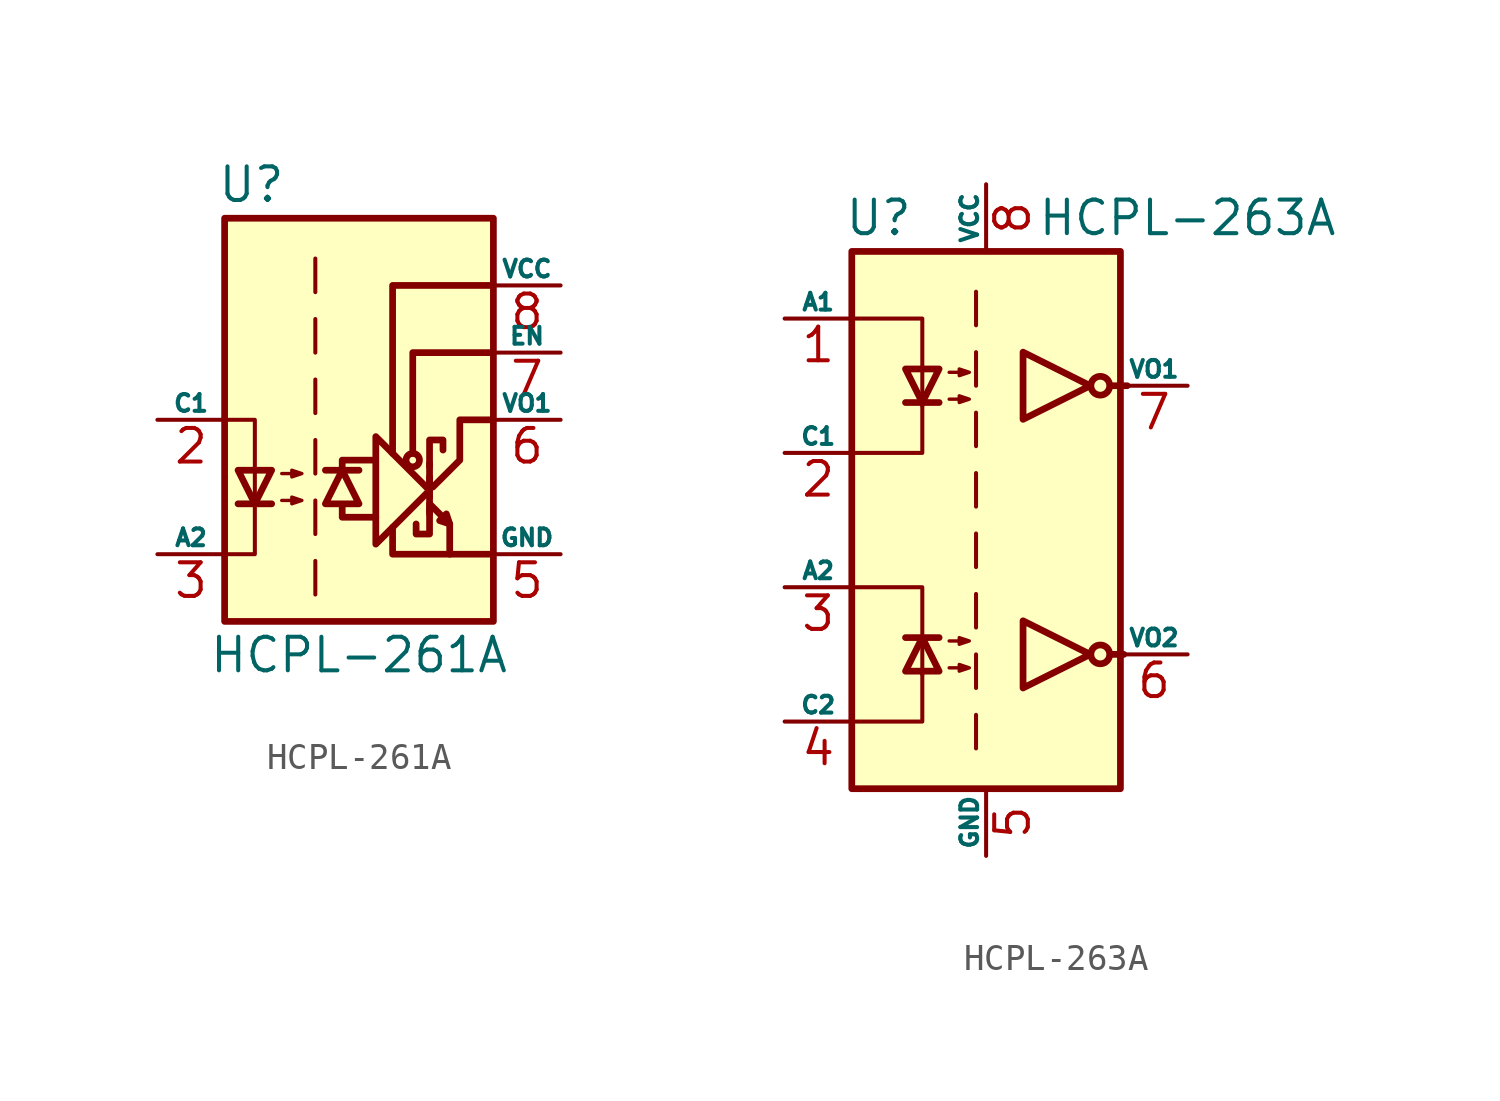
<source format=kicad_sym>
(kicad_symbol_lib
  (version 20201005)
  (generator kicad_symbol_editor)
  (symbol "HCPL-261A"
    (pin_names
      (offset 0))
    (property "Reference" "U"
      (at -4.064 8.89 0)
      (effects (font (size 1.27 1.27))))
    (property "Value" "HCPL-261A"
      (at 0 -8.89 0)
      (effects (font (size 1.27 1.27))))
    (symbol "HCPL-261A_0_1"
      (circle (center 2.032 -1.524) (radius 0.254) (stroke (width 0.254)) (fill (type none)))
      (polyline (pts (xy 2.667 -3.556) (xy 2.667 -1.651)) (stroke (width 0.254)) (fill (type none)))
      (polyline (pts (xy 2.667 -2.159) (xy 2.667 -2.921)) (stroke (width 0.254)) (fill (type none)))
      (polyline (pts (xy 3.429 -3.937) (xy 3.429 -5.08)) (stroke (width 0.254)) (fill (type none)))
      (polyline (pts (xy -0.635 -3.302) (xy -0.635 -3.683) (xy 0.635 -3.683)) (stroke (width 0.254)) (fill (type none)))
      (polyline (pts (xy -0.635 -1.905) (xy -0.635 -1.524) (xy 0.508 -1.524)) (stroke (width 0.254)) (fill (type none)))
      (polyline (pts (xy 1.27 -4.064) (xy 1.27 -5.08) (xy 5.08 -5.08)) (stroke (width 0.254)) (fill (type none)))
      (polyline (pts (xy 1.27 -1.27) (xy 1.27 5.08) (xy 5.08 5.08)) (stroke (width 0.254)) (fill (type none)))
      (polyline (pts (xy 2.032 -1.27) (xy 2.032 2.54) (xy 5.08 2.54)) (stroke (width 0.254)) (fill (type none)))
      (polyline (pts (xy -5.08 -5.08) (xy -3.937 -5.08) (xy -3.937 0) (xy -5.08 0)) (stroke (width 0)) (fill (type none)))
      (polyline (pts (xy 2.667 -3.302) (xy 2.667 -4.318) (xy 2.159 -4.318) (xy 2.159 -3.937)) (stroke (width 0.254)) (fill (type none)))
      (polyline (pts (xy 2.667 -2.667) (xy 0.635 -4.699) (xy 0.635 -0.635) (xy 2.667 -2.667)) (stroke (width 0.254)) (fill (type none)))
      (polyline (pts (xy 2.667 -1.778) (xy 2.667 -0.762) (xy 3.175 -0.762) (xy 3.175 -1.143)) (stroke (width 0.254)) (fill (type none)))
      (polyline (pts (xy 2.794 -2.54) (xy 3.81 -1.524) (xy 3.81 0) (xy 5.08 0)) (stroke (width 0.254)) (fill (type none)))
      (polyline (pts (xy 2.667 -3.175) (xy 3.429 -3.937) (xy 3.302 -3.556) (xy 3.048 -3.81) (xy 3.429 -3.937)) (stroke (width 0.254)) (fill (type none))))
    (symbol "HCPL-261A_1_1"
      (rectangle (start -5.08 7.62) (end 5.08 -7.62) (stroke (width 0.254)) (fill (type background)))
      (polyline (pts (xy -4.572 -3.175) (xy -3.302 -3.175)) (stroke (width 0.254)) (fill (type none)))
      (polyline (pts (xy -1.651 -5.334) (xy -1.651 -6.604)) (stroke (width 0)) (fill (type none)))
      (polyline (pts (xy -1.651 -3.048) (xy -1.651 -4.318)) (stroke (width 0)) (fill (type none)))
      (polyline (pts (xy -1.651 -0.762) (xy -1.651 -2.032)) (stroke (width 0)) (fill (type none)))
      (polyline (pts (xy -1.651 1.524) (xy -1.651 0.254)) (stroke (width 0)) (fill (type none)))
      (polyline (pts (xy -1.651 3.81) (xy -1.651 2.54)) (stroke (width 0)) (fill (type none)))
      (polyline (pts (xy -1.651 6.096) (xy -1.651 4.826)) (stroke (width 0)) (fill (type none)))
      (polyline (pts (xy -1.27 -1.905) (xy 0 -1.905)) (stroke (width 0.254)) (fill (type none)))
      (polyline (pts (xy -3.937 -3.175) (xy -4.572 -1.905) (xy -3.302 -1.905) (xy -3.937 -3.175)) (stroke (width 0.254)) (fill (type none)))
      (polyline (pts (xy -0.635 -1.905) (xy -1.27 -3.175) (xy 0 -3.175) (xy -0.635 -1.905)) (stroke (width 0.254)) (fill (type none)))
      (polyline (pts (xy -2.921 -3.048) (xy -2.159 -3.048) (xy -2.54 -3.175) (xy -2.54 -2.921) (xy -2.159 -3.048)) (stroke (width 0.127)) (fill (type none)))
      (polyline (pts (xy -2.921 -2.032) (xy -2.159 -2.032) (xy -2.54 -2.159) (xy -2.54 -1.905) (xy -2.159 -2.032)) (stroke (width 0.127)) (fill (type none)))
      (pin no_connect line (at -5.08 5.08 0) (length 2.54) hide (name "NC" (effects (font (size 0.635 0.635)))) (number "1" (effects (font (size 1.27 1.27)))))
      (pin passive line (at -7.62 0 0) (length 2.54) (name "C1" (effects (font (size 0.635 0.635)))) (number "2" (effects (font (size 1.27 1.27)))))
      (pin passive line (at -7.62 -5.08 0) (length 2.54) (name "A2" (effects (font (size 0.635 0.635)))) (number "3" (effects (font (size 1.27 1.27)))))
      (pin power_in line (at 7.62 -5.08 180) (length 2.54) (name "GND" (effects (font (size 0.635 0.635)))) (number "5" (effects (font (size 1.27 1.27)))))
      (pin open_collector line (at 7.62 0 180) (length 2.54) (name "VO1" (effects (font (size 0.635 0.635)))) (number "6" (effects (font (size 1.27 1.27)))))
      (pin input line (at 7.62 2.54 180) (length 2.54) (name "EN" (effects (font (size 0.635 0.635)))) (number "7" (effects (font (size 1.27 1.27)))))
      (pin power_in line (at 7.62 5.08 180) (length 2.54) (name "VCC" (effects (font (size 0.635 0.635)))) (number "8" (effects (font (size 1.27 1.27)))))))
  (symbol "HCPL-263A"
    (pin_names
      (offset 0))
    (property "Reference" "U"
      (at -4.064 11.43 0)
      (effects (font (size 1.27 1.27))))
    (property "Value" "HCPL-263A"
      (at 7.62 11.43 0)
      (effects (font (size 1.27 1.27))))
    (symbol "HCPL-263A_1_1"
      (circle (center 4.318 -5.08) (radius 0.356) (stroke (width 0.254)) (fill (type none)))
      (circle (center 4.318 5.08) (radius 0.356) (stroke (width 0.254)) (fill (type none)))
      (rectangle (start -5.08 10.16) (end 5.08 -10.16) (stroke (width 0.254)) (fill (type background)))
      (polyline (pts (xy -3.048 -4.445) (xy -1.778 -4.445)) (stroke (width 0.254)) (fill (type none)))
      (polyline (pts (xy -3.048 4.445) (xy -1.778 4.445)) (stroke (width 0.254)) (fill (type none)))
      (polyline (pts (xy -0.381 -7.366) (xy -0.381 -8.636)) (stroke (width 0)) (fill (type none)))
      (polyline (pts (xy -0.381 -5.08) (xy -0.381 -6.35)) (stroke (width 0)) (fill (type none)))
      (polyline (pts (xy -0.381 -2.794) (xy -0.381 -4.064)) (stroke (width 0)) (fill (type none)))
      (polyline (pts (xy -0.381 -0.508) (xy -0.381 -1.778)) (stroke (width 0)) (fill (type none)))
      (polyline (pts (xy -0.381 1.778) (xy -0.381 0.508)) (stroke (width 0)) (fill (type none)))
      (polyline (pts (xy -0.381 4.064) (xy -0.381 2.794)) (stroke (width 0)) (fill (type none)))
      (polyline (pts (xy -0.381 6.35) (xy -0.381 5.08)) (stroke (width 0)) (fill (type none)))
      (polyline (pts (xy -0.381 8.636) (xy -0.381 7.366)) (stroke (width 0)) (fill (type none)))
      (polyline (pts (xy 4.699 -5.08) (xy 5.207 -5.08)) (stroke (width 0.254)) (fill (type none)))
      (polyline (pts (xy 4.699 5.08) (xy 5.334 5.08)) (stroke (width 0.254)) (fill (type none)))
      (polyline (pts (xy -4.953 -7.62) (xy -2.413 -7.62) (xy -2.413 -5.715)) (stroke (width 0)) (fill (type none)))
      (polyline (pts (xy -4.953 7.62) (xy -2.413 7.62) (xy -2.413 4.318)) (stroke (width 0)) (fill (type none)))
      (polyline (pts (xy -2.413 -5.842) (xy -2.413 -2.54) (xy -4.953 -2.54)) (stroke (width 0)) (fill (type none)))
      (polyline (pts (xy -2.413 4.445) (xy -2.413 2.54) (xy -4.953 2.54)) (stroke (width 0)) (fill (type none)))
      (polyline (pts (xy -2.413 -4.445) (xy -3.048 -5.715) (xy -1.778 -5.715) (xy -2.413 -4.445)) (stroke (width 0.254)) (fill (type none)))
      (polyline (pts (xy -2.413 4.445) (xy -3.048 5.715) (xy -1.778 5.715) (xy -2.413 4.445)) (stroke (width 0.254)) (fill (type none)))
      (polyline (pts (xy 3.937 -5.08) (xy 1.397 -3.81) (xy 1.397 -6.35) (xy 3.937 -5.08)) (stroke (width 0.254)) (fill (type none)))
      (polyline (pts (xy 3.937 5.08) (xy 1.397 6.35) (xy 1.397 3.81) (xy 3.937 5.08)) (stroke (width 0.254)) (fill (type none)))
      (polyline (pts (xy -1.397 -5.588) (xy -0.635 -5.588) (xy -1.016 -5.715) (xy -1.016 -5.461) (xy -0.635 -5.588)) (stroke (width 0.127)) (fill (type none)))
      (polyline (pts (xy -1.397 -4.572) (xy -0.635 -4.572) (xy -1.016 -4.699) (xy -1.016 -4.445) (xy -0.635 -4.572)) (stroke (width 0.127)) (fill (type none)))
      (polyline (pts (xy -1.397 4.572) (xy -0.635 4.572) (xy -1.016 4.445) (xy -1.016 4.699) (xy -0.635 4.572)) (stroke (width 0.127)) (fill (type none)))
      (polyline (pts (xy -1.397 5.588) (xy -0.635 5.588) (xy -1.016 5.461) (xy -1.016 5.715) (xy -0.635 5.588)) (stroke (width 0.127)) (fill (type none)))
      (pin passive line (at -7.62 7.62 0) (length 2.54) (name "A1" (effects (font (size 0.635 0.635)))) (number "1" (effects (font (size 1.27 1.27)))))
      (pin passive line (at -7.62 2.54 0) (length 2.54) (name "C1" (effects (font (size 0.635 0.635)))) (number "2" (effects (font (size 1.27 1.27)))))
      (pin passive line (at -7.62 -2.54 0) (length 2.54) (name "A2" (effects (font (size 0.635 0.635)))) (number "3" (effects (font (size 1.27 1.27)))))
      (pin passive line (at -7.62 -7.62 0) (length 2.54) (name "C2" (effects (font (size 0.635 0.635)))) (number "4" (effects (font (size 1.27 1.27)))))
      (pin power_in line (at 0 -12.7 90) (length 2.54) (name "GND" (effects (font (size 0.635 0.635)))) (number "5" (effects (font (size 1.27 1.27)))))
      (pin open_collector line (at 7.62 -5.08 180) (length 2.54) (name "VO2" (effects (font (size 0.635 0.635)))) (number "6" (effects (font (size 1.27 1.27)))))
      (pin open_collector line (at 7.62 5.08 180) (length 2.54) (name "VO1" (effects (font (size 0.635 0.635)))) (number "7" (effects (font (size 1.27 1.27)))))
      (pin power_in line (at 0 12.7 270) (length 2.54) (name "VCC" (effects (font (size 0.635 0.635)))) (number "8" (effects (font (size 1.27 1.27))))))))
</source>
